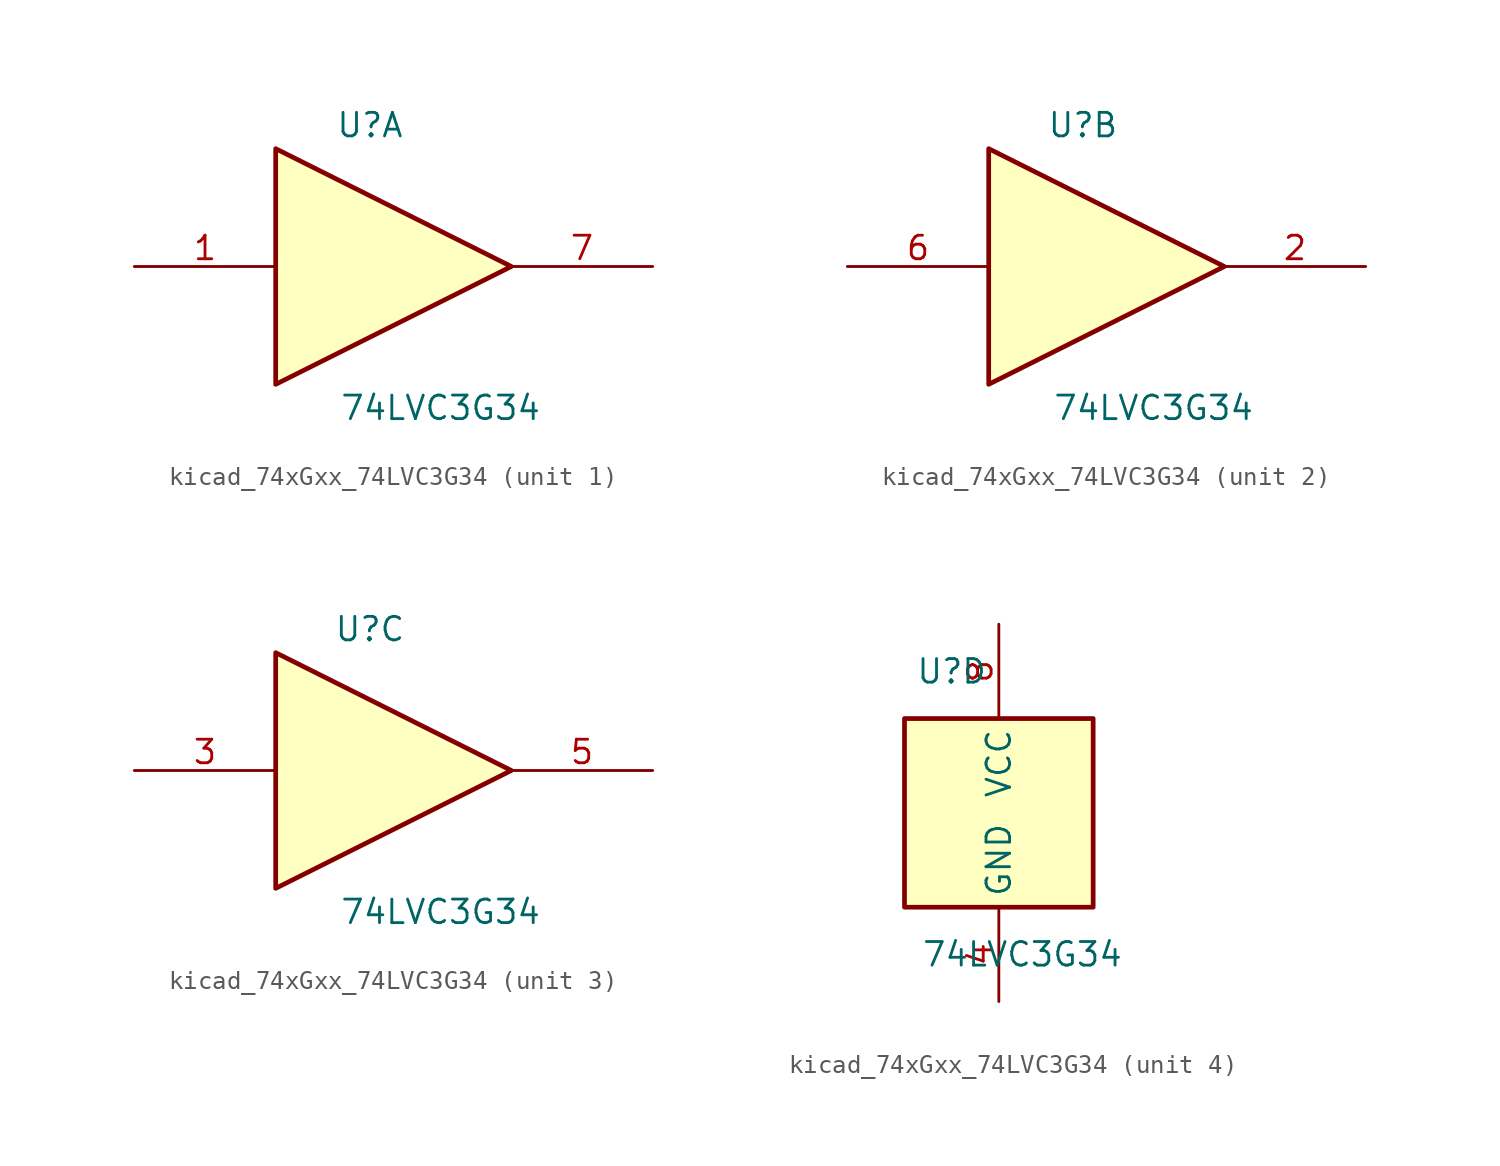
<source format=kicad_sym>
(kicad_symbol_lib
  (version 20220914)
  (generator kicad_symbol_editor)
  (symbol "kicad_74xGxx_74LVC3G34"
    (property "Reference" "U"
      (at -2.54 7.62 0)
      (effects (font (size 1.27 1.27))))
    (property "Value" "74LVC3G34"
      (at 1.27 -7.62 0)
      (effects (font (size 1.27 1.27))))
    (symbol "kicad_74xGxx_74LVC3G34_1_1"
      (polyline (pts (xy -7.62 6.35) (xy -7.62 -6.35) (xy 5.08 0) (xy -7.62 6.35)) (stroke (width 0.254) (type default)) (fill (type background)))
      (pin input line (at -15.24 0 0) (length 7.62) (name "~" (effects (font (size 1.27 1.27)))) (number "1" (effects (font (size 1.27 1.27)))))
      (pin output line (at 12.7 0 180) (length 7.62) (name "~" (effects (font (size 1.27 1.27)))) (number "7" (effects (font (size 1.27 1.27))))))
    (symbol "kicad_74xGxx_74LVC3G34_2_1"
      (polyline (pts (xy -7.62 6.35) (xy -7.62 -6.35) (xy 5.08 0) (xy -7.62 6.35)) (stroke (width 0.254) (type default)) (fill (type background)))
      (pin output line (at 12.7 0 180) (length 7.62) (name "~" (effects (font (size 1.27 1.27)))) (number "2" (effects (font (size 1.27 1.27)))))
      (pin input line (at -15.24 0 0) (length 7.62) (name "~" (effects (font (size 1.27 1.27)))) (number "6" (effects (font (size 1.27 1.27))))))
    (symbol "kicad_74xGxx_74LVC3G34_3_1"
      (polyline (pts (xy -7.62 6.35) (xy -7.62 -6.35) (xy 5.08 0) (xy -7.62 6.35)) (stroke (width 0.254) (type default)) (fill (type background)))
      (pin input line (at -15.24 0 0) (length 7.62) (name "~" (effects (font (size 1.27 1.27)))) (number "3" (effects (font (size 1.27 1.27)))))
      (pin output line (at 12.7 0 180) (length 7.62) (name "~" (effects (font (size 1.27 1.27)))) (number "5" (effects (font (size 1.27 1.27))))))
    (symbol "kicad_74xGxx_74LVC3G34_4_0"
      (rectangle (start -5.08 -5.08) (end 5.08 5.08) (stroke (width 0.254) (type default)) (fill (type background))))
    (symbol "kicad_74xGxx_74LVC3G34_4_1"
      (pin power_in line (at 0 -10.16 90) (length 5.08) (name "GND" (effects (font (size 1.27 1.27)))) (number "4" (effects (font (size 1.27 1.27)))))
      (pin power_in line (at 0 10.16 270) (length 5.08) (name "VCC" (effects (font (size 1.27 1.27)))) (number "8" (effects (font (size 1.27 1.27))))))))
</source>
